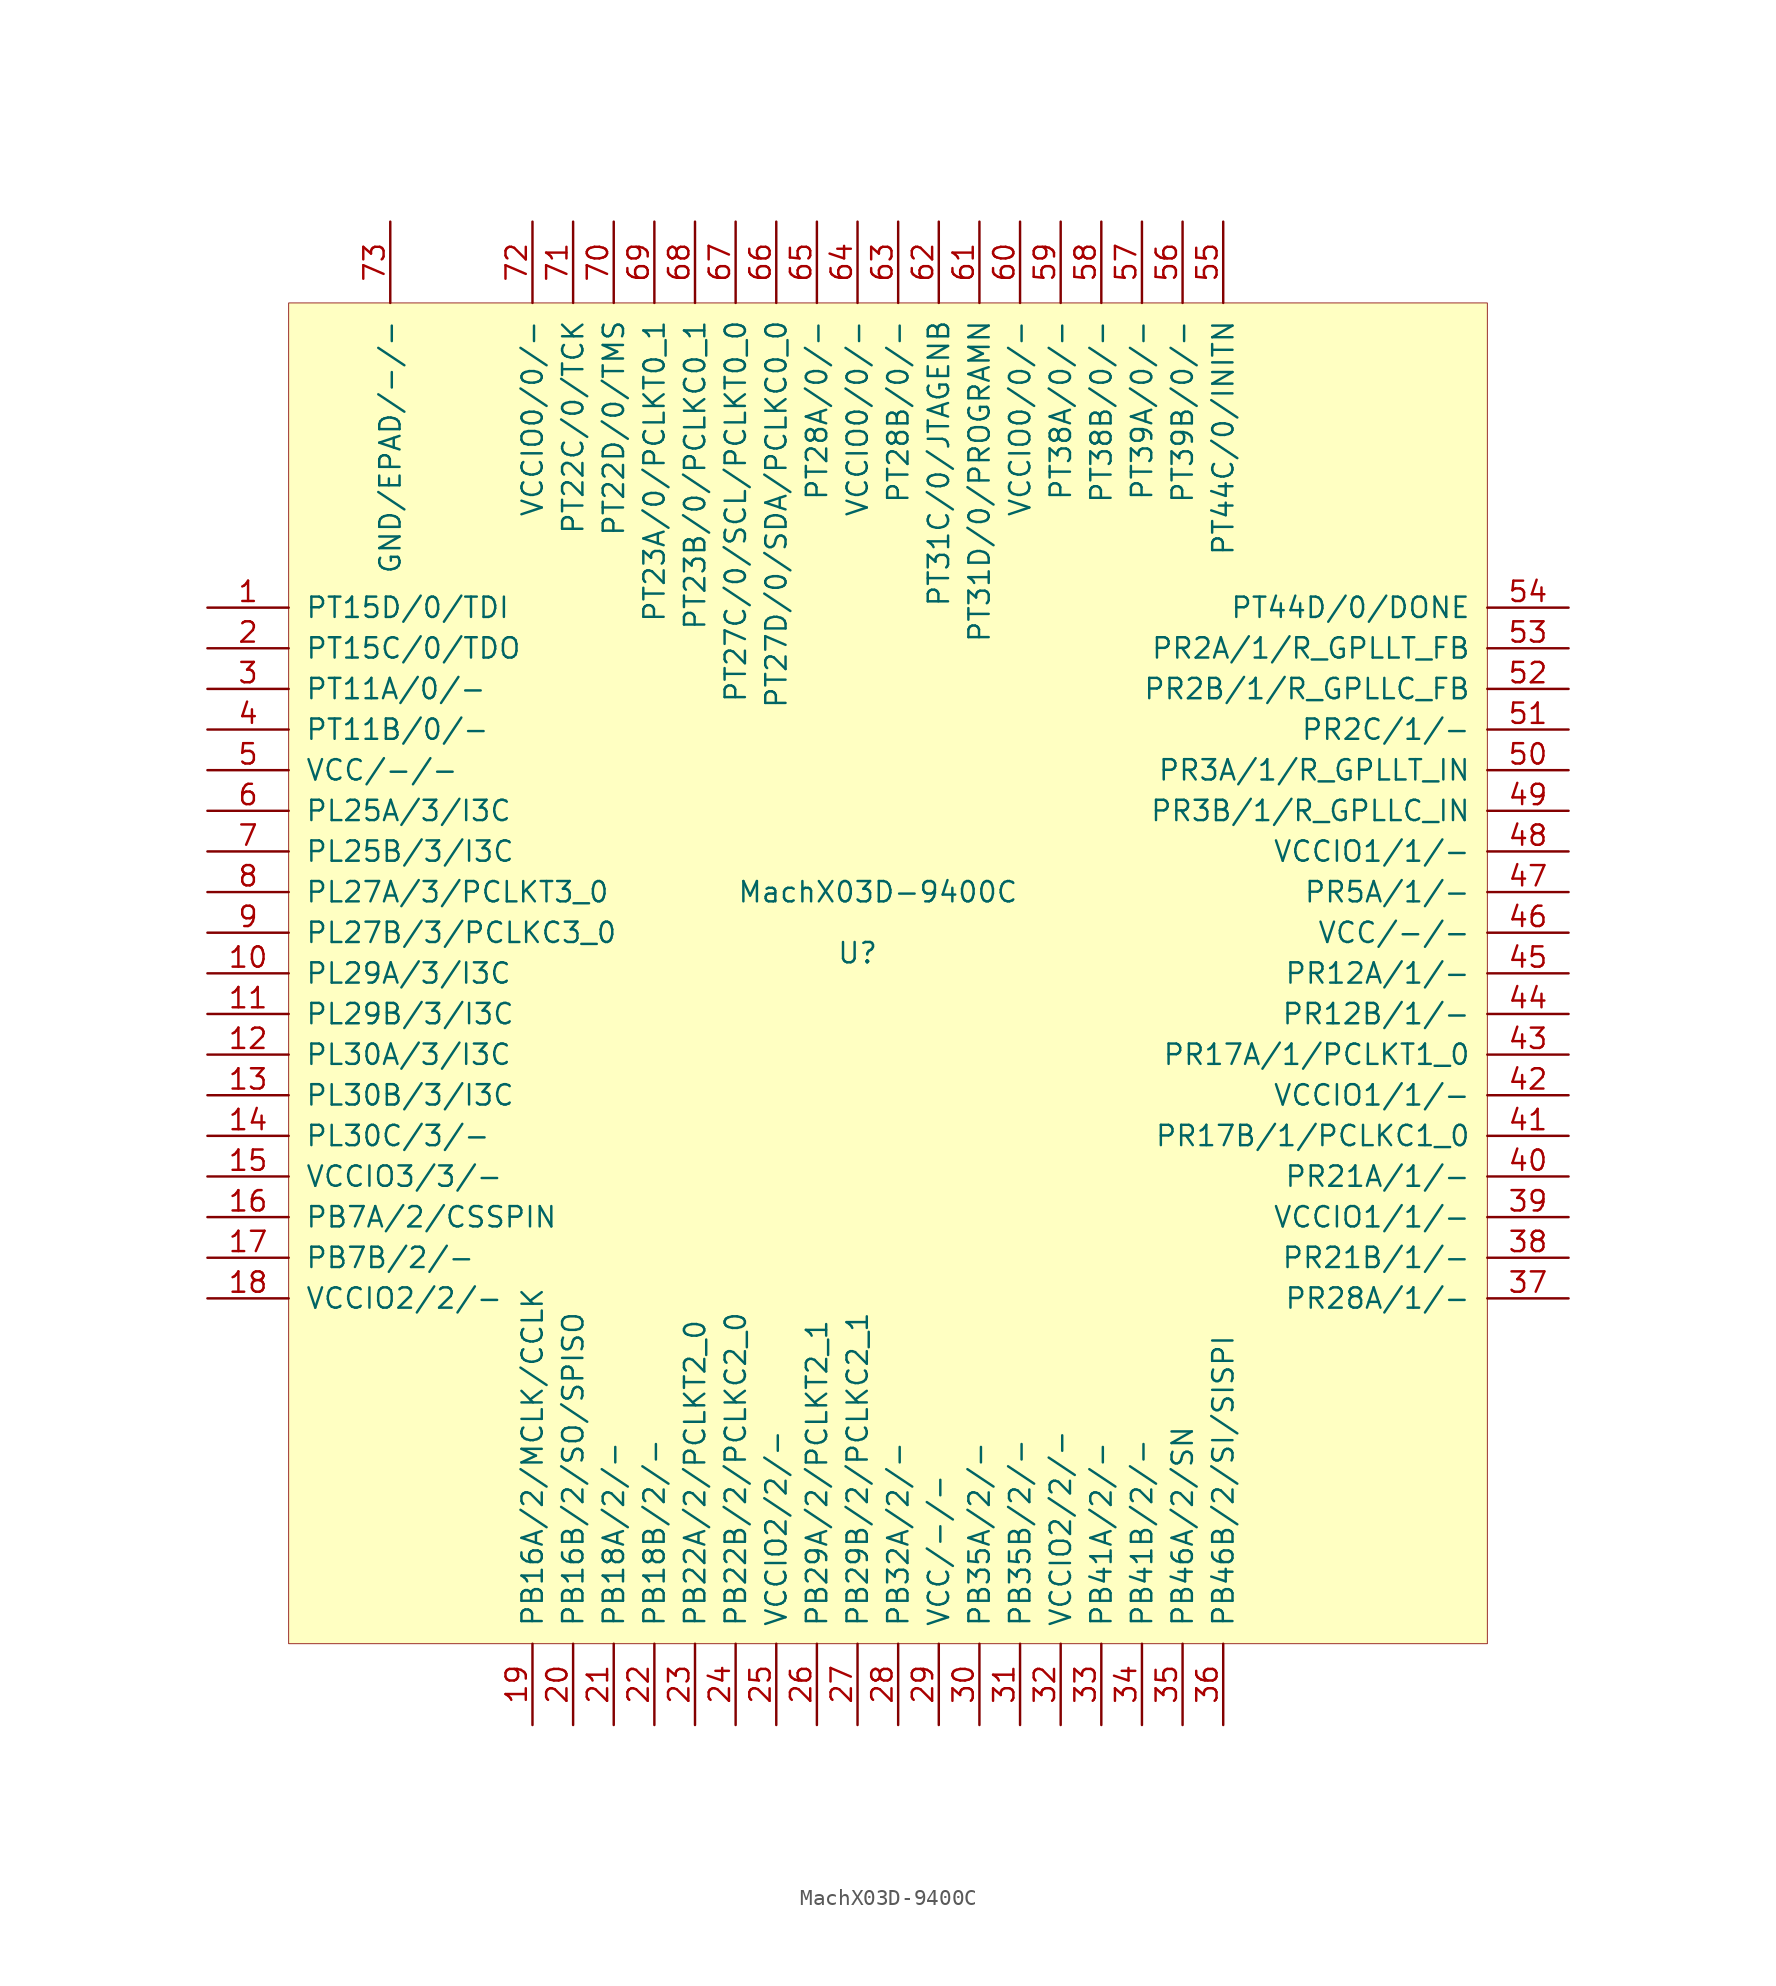
<source format=kicad_sym>
(kicad_symbol_lib
  (version 20201005)
  (generator kicad_symbol_editor)
  (symbol "MachX03D-9400C"
    (pin_names
      (offset 1.016))
    (property "Reference" "U"
      (at 40.64 -21.59 0)
      (effects (font (size 1.27 1.27))))
    (property "Value" "MachX03D-9400C"
      (at 41.91 -17.78 0)
      (effects (font (size 1.27 1.27))))
    (symbol "MachX03D-9400C_0_1"
      (rectangle (start 5.08 19.05) (end 80.01 -64.77) (stroke (width 0.051)) (fill (type background))))
    (symbol "MachX03D-9400C_1_1"
      (pin tri_state line (at 0 0 0) (length 5.08) (name "PT15D/0/TDI" (effects (font (size 1.27 1.27)))) (number "1" (effects (font (size 1.27 1.27)))))
      (pin tri_state line (at 0 -22.86 0) (length 5.08) (name "PL29A/3/I3C" (effects (font (size 1.27 1.27)))) (number "10" (effects (font (size 1.27 1.27)))))
      (pin tri_state line (at 0 -25.4 0) (length 5.08) (name "PL29B/3/I3C" (effects (font (size 1.27 1.27)))) (number "11" (effects (font (size 1.27 1.27)))))
      (pin tri_state line (at 0 -27.94 0) (length 5.08) (name "PL30A/3/I3C" (effects (font (size 1.27 1.27)))) (number "12" (effects (font (size 1.27 1.27)))))
      (pin tri_state line (at 0 -30.48 0) (length 5.08) (name "PL30B/3/I3C" (effects (font (size 1.27 1.27)))) (number "13" (effects (font (size 1.27 1.27)))))
      (pin tri_state line (at 0 -33.02 0) (length 5.08) (name "PL30C/3/-" (effects (font (size 1.27 1.27)))) (number "14" (effects (font (size 1.27 1.27)))))
      (pin power_in line (at 0 -35.56 0) (length 5.08) (name "VCCIO3/3/-" (effects (font (size 1.27 1.27)))) (number "15" (effects (font (size 1.27 1.27)))))
      (pin tri_state line (at 0 -38.1 0) (length 5.08) (name "PB7A/2/CSSPIN" (effects (font (size 1.27 1.27)))) (number "16" (effects (font (size 1.27 1.27)))))
      (pin tri_state line (at 0 -40.64 0) (length 5.08) (name "PB7B/2/-" (effects (font (size 1.27 1.27)))) (number "17" (effects (font (size 1.27 1.27)))))
      (pin power_in line (at 0 -43.18 0) (length 5.08) (name "VCCIO2/2/-" (effects (font (size 1.27 1.27)))) (number "18" (effects (font (size 1.27 1.27)))))
      (pin tri_state line (at 20.32 -69.85 90) (length 5.08) (name "PB16A/2/MCLK/CCLK" (effects (font (size 1.27 1.27)))) (number "19" (effects (font (size 1.27 1.27)))))
      (pin tri_state line (at 0 -2.54 0) (length 5.08) (name "PT15C/0/TDO" (effects (font (size 1.27 1.27)))) (number "2" (effects (font (size 1.27 1.27)))))
      (pin tri_state line (at 22.86 -69.85 90) (length 5.08) (name "PB16B/2/SO/SPISO" (effects (font (size 1.27 1.27)))) (number "20" (effects (font (size 1.27 1.27)))))
      (pin tri_state line (at 25.4 -69.85 90) (length 5.08) (name "PB18A/2/-" (effects (font (size 1.27 1.27)))) (number "21" (effects (font (size 1.27 1.27)))))
      (pin tri_state line (at 27.94 -69.85 90) (length 5.08) (name "PB18B/2/-" (effects (font (size 1.27 1.27)))) (number "22" (effects (font (size 1.27 1.27)))))
      (pin tri_state line (at 30.48 -69.85 90) (length 5.08) (name "PB22A/2/PCLKT2_0" (effects (font (size 1.27 1.27)))) (number "23" (effects (font (size 1.27 1.27)))))
      (pin tri_state line (at 33.02 -69.85 90) (length 5.08) (name "PB22B/2/PCLKC2_0" (effects (font (size 1.27 1.27)))) (number "24" (effects (font (size 1.27 1.27)))))
      (pin power_in line (at 35.56 -69.85 90) (length 5.08) (name "VCCIO2/2/-" (effects (font (size 1.27 1.27)))) (number "25" (effects (font (size 1.27 1.27)))))
      (pin tri_state line (at 38.1 -69.85 90) (length 5.08) (name "PB29A/2/PCLKT2_1" (effects (font (size 1.27 1.27)))) (number "26" (effects (font (size 1.27 1.27)))))
      (pin tri_state line (at 40.64 -69.85 90) (length 5.08) (name "PB29B/2/PCLKC2_1" (effects (font (size 1.27 1.27)))) (number "27" (effects (font (size 1.27 1.27)))))
      (pin tri_state line (at 43.18 -69.85 90) (length 5.08) (name "PB32A/2/-" (effects (font (size 1.27 1.27)))) (number "28" (effects (font (size 1.27 1.27)))))
      (pin power_in line (at 45.72 -69.85 90) (length 5.08) (name "VCC/-/-" (effects (font (size 1.27 1.27)))) (number "29" (effects (font (size 1.27 1.27)))))
      (pin tri_state line (at 0 -5.08 0) (length 5.08) (name "PT11A/0/-" (effects (font (size 1.27 1.27)))) (number "3" (effects (font (size 1.27 1.27)))))
      (pin tri_state line (at 48.26 -69.85 90) (length 5.08) (name "PB35A/2/-" (effects (font (size 1.27 1.27)))) (number "30" (effects (font (size 1.27 1.27)))))
      (pin tri_state line (at 50.8 -69.85 90) (length 5.08) (name "PB35B/2/-" (effects (font (size 1.27 1.27)))) (number "31" (effects (font (size 1.27 1.27)))))
      (pin power_in line (at 53.34 -69.85 90) (length 5.08) (name "VCCIO2/2/-" (effects (font (size 1.27 1.27)))) (number "32" (effects (font (size 1.27 1.27)))))
      (pin tri_state line (at 55.88 -69.85 90) (length 5.08) (name "PB41A/2/-" (effects (font (size 1.27 1.27)))) (number "33" (effects (font (size 1.27 1.27)))))
      (pin tri_state line (at 58.42 -69.85 90) (length 5.08) (name "PB41B/2/-" (effects (font (size 1.27 1.27)))) (number "34" (effects (font (size 1.27 1.27)))))
      (pin tri_state line (at 60.96 -69.85 90) (length 5.08) (name "PB46A/2/SN" (effects (font (size 1.27 1.27)))) (number "35" (effects (font (size 1.27 1.27)))))
      (pin tri_state line (at 63.5 -69.85 90) (length 5.08) (name "PB46B/2/SI/SISPI" (effects (font (size 1.27 1.27)))) (number "36" (effects (font (size 1.27 1.27)))))
      (pin tri_state line (at 85.09 -43.18 180) (length 5.08) (name "PR28A/1/-" (effects (font (size 1.27 1.27)))) (number "37" (effects (font (size 1.27 1.27)))))
      (pin tri_state line (at 85.09 -40.64 180) (length 5.08) (name "PR21B/1/-" (effects (font (size 1.27 1.27)))) (number "38" (effects (font (size 1.27 1.27)))))
      (pin power_in line (at 85.09 -38.1 180) (length 5.08) (name "VCCIO1/1/-" (effects (font (size 1.27 1.27)))) (number "39" (effects (font (size 1.27 1.27)))))
      (pin tri_state line (at 0 -7.62 0) (length 5.08) (name "PT11B/0/-" (effects (font (size 1.27 1.27)))) (number "4" (effects (font (size 1.27 1.27)))))
      (pin tri_state line (at 85.09 -35.56 180) (length 5.08) (name "PR21A/1/-" (effects (font (size 1.27 1.27)))) (number "40" (effects (font (size 1.27 1.27)))))
      (pin tri_state line (at 85.09 -33.02 180) (length 5.08) (name "PR17B/1/PCLKC1_0" (effects (font (size 1.27 1.27)))) (number "41" (effects (font (size 1.27 1.27)))))
      (pin power_in line (at 85.09 -30.48 180) (length 5.08) (name "VCCIO1/1/-" (effects (font (size 1.27 1.27)))) (number "42" (effects (font (size 1.27 1.27)))))
      (pin tri_state line (at 85.09 -27.94 180) (length 5.08) (name "PR17A/1/PCLKT1_0" (effects (font (size 1.27 1.27)))) (number "43" (effects (font (size 1.27 1.27)))))
      (pin tri_state line (at 85.09 -25.4 180) (length 5.08) (name "PR12B/1/-" (effects (font (size 1.27 1.27)))) (number "44" (effects (font (size 1.27 1.27)))))
      (pin tri_state line (at 85.09 -22.86 180) (length 5.08) (name "PR12A/1/-" (effects (font (size 1.27 1.27)))) (number "45" (effects (font (size 1.27 1.27)))))
      (pin power_in line (at 85.09 -20.32 180) (length 5.08) (name "VCC/-/-" (effects (font (size 1.27 1.27)))) (number "46" (effects (font (size 1.27 1.27)))))
      (pin tri_state line (at 85.09 -17.78 180) (length 5.08) (name "PR5A/1/-" (effects (font (size 1.27 1.27)))) (number "47" (effects (font (size 1.27 1.27)))))
      (pin power_in line (at 85.09 -15.24 180) (length 5.08) (name "VCCIO1/1/-" (effects (font (size 1.27 1.27)))) (number "48" (effects (font (size 1.27 1.27)))))
      (pin tri_state line (at 85.09 -12.7 180) (length 5.08) (name "PR3B/1/R_GPLLC_IN" (effects (font (size 1.27 1.27)))) (number "49" (effects (font (size 1.27 1.27)))))
      (pin power_in line (at 0 -10.16 0) (length 5.08) (name "VCC/-/-" (effects (font (size 1.27 1.27)))) (number "5" (effects (font (size 1.27 1.27)))))
      (pin tri_state line (at 85.09 -10.16 180) (length 5.08) (name "PR3A/1/R_GPLLT_IN" (effects (font (size 1.27 1.27)))) (number "50" (effects (font (size 1.27 1.27)))))
      (pin tri_state line (at 85.09 -7.62 180) (length 5.08) (name "PR2C/1/-" (effects (font (size 1.27 1.27)))) (number "51" (effects (font (size 1.27 1.27)))))
      (pin tri_state line (at 85.09 -5.08 180) (length 5.08) (name "PR2B/1/R_GPLLC_FB" (effects (font (size 1.27 1.27)))) (number "52" (effects (font (size 1.27 1.27)))))
      (pin tri_state line (at 85.09 -2.54 180) (length 5.08) (name "PR2A/1/R_GPLLT_FB" (effects (font (size 1.27 1.27)))) (number "53" (effects (font (size 1.27 1.27)))))
      (pin tri_state line (at 85.09 0 180) (length 5.08) (name "PT44D/0/DONE" (effects (font (size 1.27 1.27)))) (number "54" (effects (font (size 1.27 1.27)))))
      (pin tri_state line (at 63.5 24.13 270) (length 5.08) (name "PT44C/0/INITN" (effects (font (size 1.27 1.27)))) (number "55" (effects (font (size 1.27 1.27)))))
      (pin tri_state line (at 60.96 24.13 270) (length 5.08) (name "PT39B/0/-" (effects (font (size 1.27 1.27)))) (number "56" (effects (font (size 1.27 1.27)))))
      (pin tri_state line (at 58.42 24.13 270) (length 5.08) (name "PT39A/0/-" (effects (font (size 1.27 1.27)))) (number "57" (effects (font (size 1.27 1.27)))))
      (pin tri_state line (at 55.88 24.13 270) (length 5.08) (name "PT38B/0/-" (effects (font (size 1.27 1.27)))) (number "58" (effects (font (size 1.27 1.27)))))
      (pin tri_state line (at 53.34 24.13 270) (length 5.08) (name "PT38A/0/-" (effects (font (size 1.27 1.27)))) (number "59" (effects (font (size 1.27 1.27)))))
      (pin tri_state line (at 0 -12.7 0) (length 5.08) (name "PL25A/3/I3C" (effects (font (size 1.27 1.27)))) (number "6" (effects (font (size 1.27 1.27)))))
      (pin power_in line (at 50.8 24.13 270) (length 5.08) (name "VCCIO0/0/-" (effects (font (size 1.27 1.27)))) (number "60" (effects (font (size 1.27 1.27)))))
      (pin tri_state line (at 48.26 24.13 270) (length 5.08) (name "PT31D/0/PROGRAMN" (effects (font (size 1.27 1.27)))) (number "61" (effects (font (size 1.27 1.27)))))
      (pin tri_state line (at 45.72 24.13 270) (length 5.08) (name "PT31C/0/JTAGENB" (effects (font (size 1.27 1.27)))) (number "62" (effects (font (size 1.27 1.27)))))
      (pin tri_state line (at 43.18 24.13 270) (length 5.08) (name "PT28B/0/-" (effects (font (size 1.27 1.27)))) (number "63" (effects (font (size 1.27 1.27)))))
      (pin power_in line (at 40.64 24.13 270) (length 5.08) (name "VCCIO0/0/-" (effects (font (size 1.27 1.27)))) (number "64" (effects (font (size 1.27 1.27)))))
      (pin tri_state line (at 38.1 24.13 270) (length 5.08) (name "PT28A/0/-" (effects (font (size 1.27 1.27)))) (number "65" (effects (font (size 1.27 1.27)))))
      (pin tri_state line (at 35.56 24.13 270) (length 5.08) (name "PT27D/0/SDA/PCLKC0_0" (effects (font (size 1.27 1.27)))) (number "66" (effects (font (size 1.27 1.27)))))
      (pin tri_state line (at 33.02 24.13 270) (length 5.08) (name "PT27C/0/SCL/PCLKT0_0" (effects (font (size 1.27 1.27)))) (number "67" (effects (font (size 1.27 1.27)))))
      (pin tri_state line (at 30.48 24.13 270) (length 5.08) (name "PT23B/0/PCLKC0_1" (effects (font (size 1.27 1.27)))) (number "68" (effects (font (size 1.27 1.27)))))
      (pin tri_state line (at 27.94 24.13 270) (length 5.08) (name "PT23A/0/PCLKT0_1" (effects (font (size 1.27 1.27)))) (number "69" (effects (font (size 1.27 1.27)))))
      (pin tri_state line (at 0 -15.24 0) (length 5.08) (name "PL25B/3/I3C" (effects (font (size 1.27 1.27)))) (number "7" (effects (font (size 1.27 1.27)))))
      (pin tri_state line (at 25.4 24.13 270) (length 5.08) (name "PT22D/0/TMS" (effects (font (size 1.27 1.27)))) (number "70" (effects (font (size 1.27 1.27)))))
      (pin tri_state line (at 22.86 24.13 270) (length 5.08) (name "PT22C/0/TCK" (effects (font (size 1.27 1.27)))) (number "71" (effects (font (size 1.27 1.27)))))
      (pin power_in line (at 20.32 24.13 270) (length 5.08) (name "VCCIO0/0/-" (effects (font (size 1.27 1.27)))) (number "72" (effects (font (size 1.27 1.27)))))
      (pin power_in line (at 11.43 24.13 270) (length 5.08) (name "GND/EPAD/-/-" (effects (font (size 1.27 1.27)))) (number "73" (effects (font (size 1.27 1.27)))))
      (pin tri_state line (at 0 -17.78 0) (length 5.08) (name "PL27A/3/PCLKT3_0" (effects (font (size 1.27 1.27)))) (number "8" (effects (font (size 1.27 1.27)))))
      (pin tri_state line (at 0 -20.32 0) (length 5.08) (name "PL27B/3/PCLKC3_0" (effects (font (size 1.27 1.27)))) (number "9" (effects (font (size 1.27 1.27))))))))
</source>
